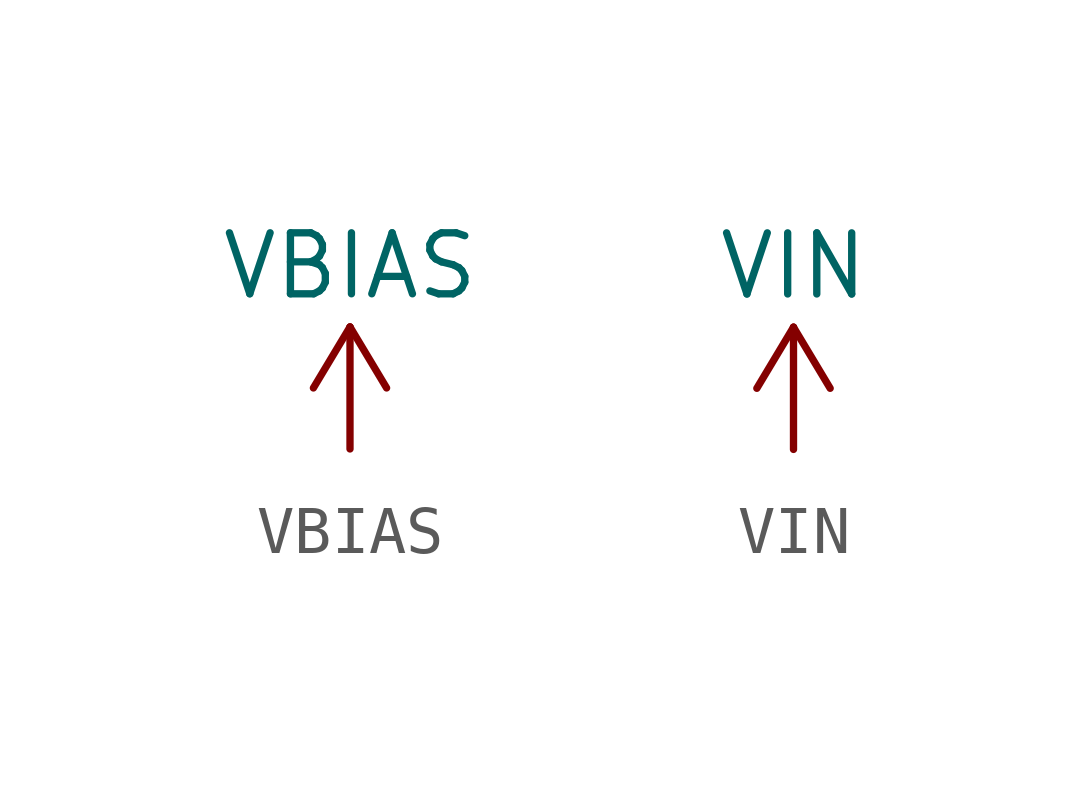
<source format=kicad_sym>
(kicad_symbol_lib
  (version 20211014)
  (generator kicad_symbol_editor)
  (symbol "VBIAS"
    (power)
    (pin_numbers hide)
    (property "Reference" "#PWR"
      (at -6.985 3.81 0)
      (effects (font (size 1.27 1.27)) hide))
    (property "Value" "VBIAS"
      (at 0 3.81 0)
      (effects (font (size 1.27 1.27))))
    (symbol "VBIAS_0_1"
      (polyline (pts (xy 0 0) (xy 0 2.54)) (stroke (width 0) (type default) (color 0 0 0 0)) (fill (type none)))
      (polyline (pts (xy 0 2.54) (xy -0.762 1.27)) (stroke (width 0) (type default) (color 0 0 0 0)) (fill (type none)))
      (polyline (pts (xy 0 2.54) (xy 0.762 1.27)) (stroke (width 0) (type default) (color 0 0 0 0)) (fill (type none))))
    (symbol "VBIAS_1_1"
      (pin power_in line (at 0 0 90) (length 0) hide (name "VBIAS" (effects (font (size 1.27 1.27)))) (number "1" (effects (font (size 1.27 1.27)))))))
  (symbol "VIN"
    (power)
    (property "Reference" "#PWR"
      (at 3.81 -0.635 0)
      (effects (font (size 1.27 1.27)) hide))
    (property "Value" "VIN"
      (at 0 3.81 0)
      (effects (font (size 1.27 1.27))))
    (symbol "VIN_0_1"
      (polyline (pts (xy 0 0) (xy 0 2.54)) (stroke (width 0) (type default) (color 0 0 0 0)) (fill (type none)))
      (polyline (pts (xy 0 2.54) (xy -0.762 1.27)) (stroke (width 0) (type default) (color 0 0 0 0)) (fill (type none)))
      (polyline (pts (xy 0 2.54) (xy 0.762 1.27)) (stroke (width 0) (type default) (color 0 0 0 0)) (fill (type none))))
    (symbol "VIN_1_1"
      (pin power_in line (at 0 0 90) (length 0) hide (name "VIN" (effects (font (size 1.27 1.27)))) (number "1" (effects (font (size 1.27 1.27))))))))
</source>
